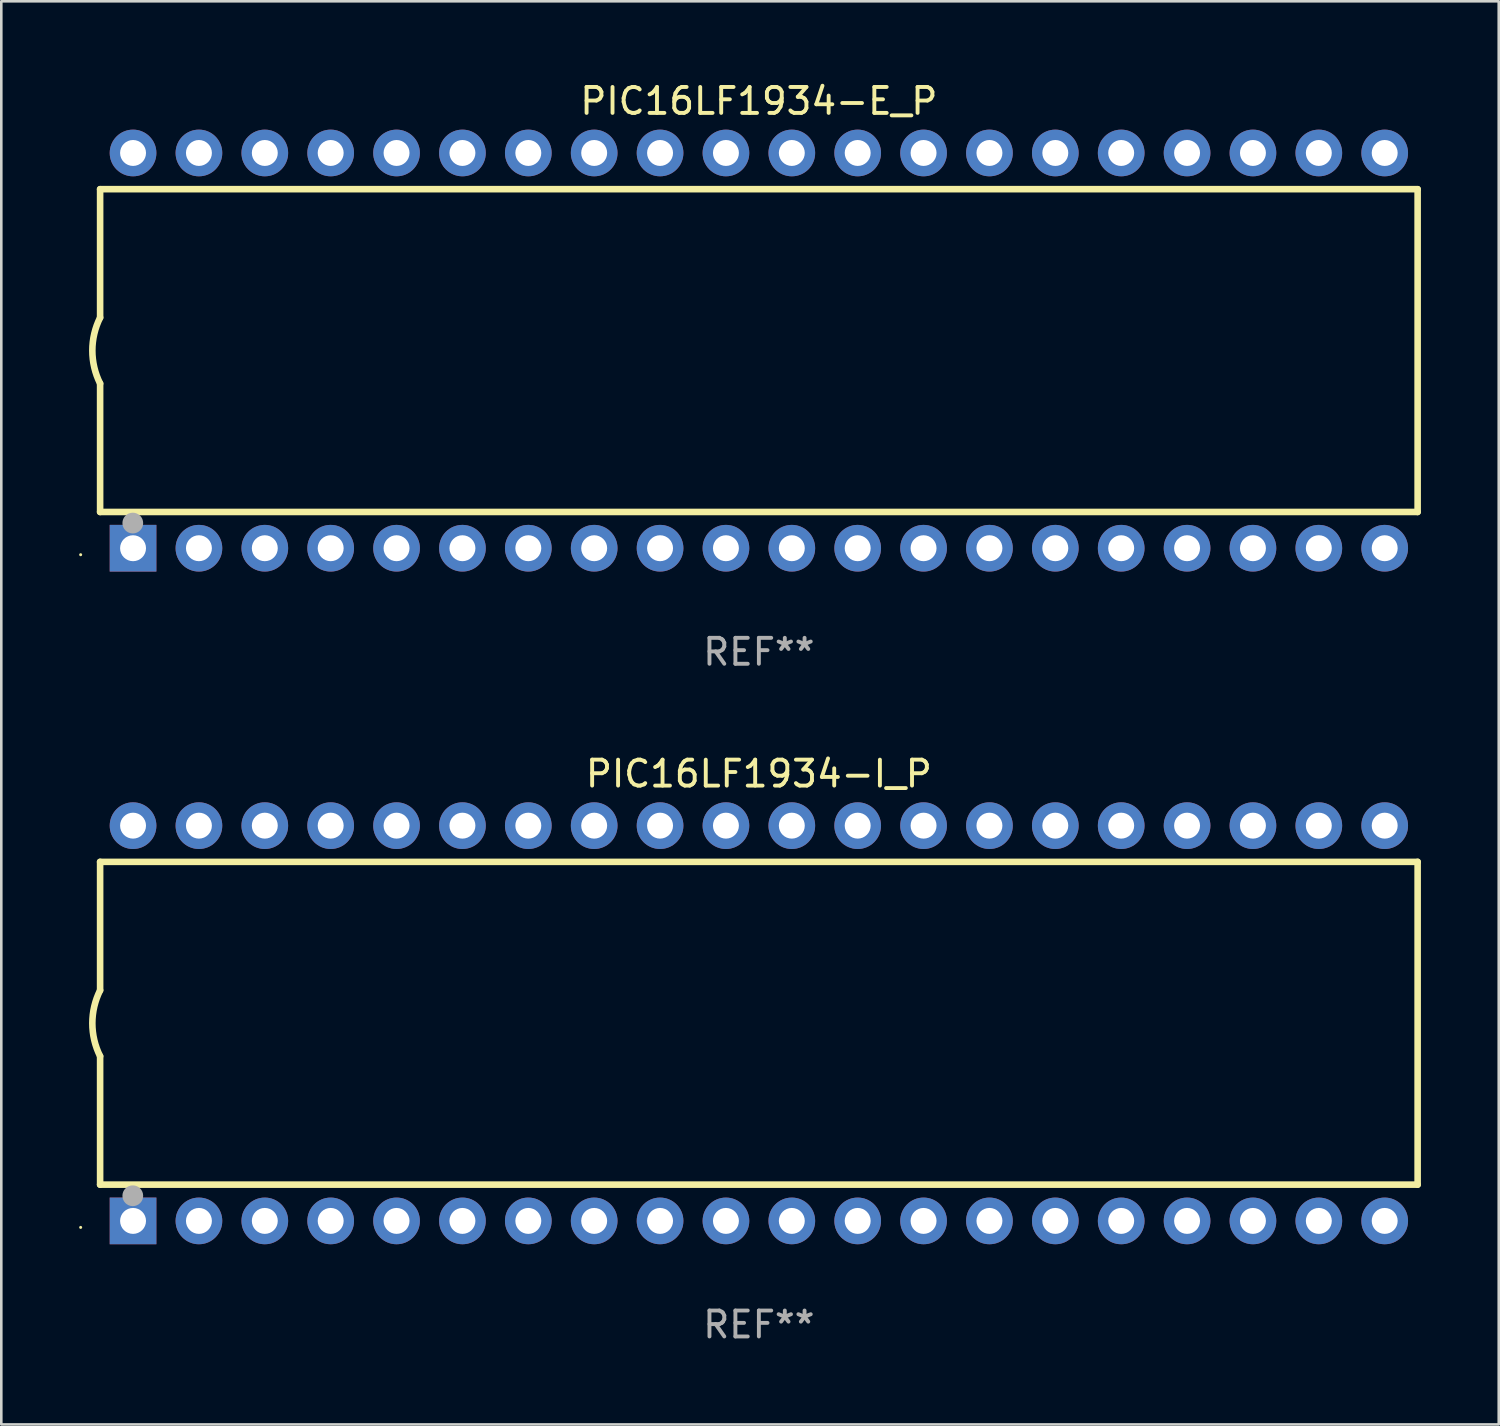
<source format=kicad_pcb>
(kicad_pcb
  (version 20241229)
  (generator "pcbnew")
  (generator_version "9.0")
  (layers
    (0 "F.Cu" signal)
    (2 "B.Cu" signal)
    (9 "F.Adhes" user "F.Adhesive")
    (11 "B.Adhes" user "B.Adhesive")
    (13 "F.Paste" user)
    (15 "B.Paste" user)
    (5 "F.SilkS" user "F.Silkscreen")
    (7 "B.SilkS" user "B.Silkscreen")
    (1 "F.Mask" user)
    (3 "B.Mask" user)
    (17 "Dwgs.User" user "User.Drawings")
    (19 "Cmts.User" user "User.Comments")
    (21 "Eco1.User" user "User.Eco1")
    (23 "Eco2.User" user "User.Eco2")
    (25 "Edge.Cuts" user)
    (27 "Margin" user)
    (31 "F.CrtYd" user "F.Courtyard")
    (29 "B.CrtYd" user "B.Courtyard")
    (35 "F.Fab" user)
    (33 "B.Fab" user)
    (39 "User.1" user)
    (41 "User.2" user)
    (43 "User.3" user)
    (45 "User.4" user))
  (footprint "PIC16LF1934-I_P"
    (layer "F.Cu")
    (at 26.21 36.405)
    (property "Reference" "PIC16LF1934-I_P" (at 0 -9.62 0) (layer "F.SilkS") (effects (font (size 1 1) (thickness 0.15))))
    (attr through_hole)
    (fp_line (start -25.4 -6.224) (end -25.4 -1.271) (stroke (width 0.254) (type solid)) (layer "F.SilkS"))
    (fp_line (start -25.4 -6.224) (end 25.4 -6.224) (stroke (width 0.254) (type solid)) (layer "F.SilkS"))
    (fp_line (start -25.4 1.269) (end -25.4 6.222) (stroke (width 0.254) (type solid)) (layer "F.SilkS"))
    (fp_line (start -25.4 6.222) (end 25.4 6.222) (stroke (width 0.254) (type solid)) (layer "F.SilkS"))
    (fp_line (start 25.4 6.222) (end 25.4 -6.224) (stroke (width 0.254) (type solid)) (layer "F.SilkS"))
    (fp_arc (start -25.4 1.269241) (mid -25.699807 -0.000762) (end -25.4 -1.270765) (stroke (width 0.254001) (type solid)) (layer "F.SilkS"))
    (fp_circle (center -26.15 7.87) (end -26.12 7.87) (stroke (width 0.06) (type solid)) (fill no) (layer "F.SilkS"))
    (fp_circle (center -24.14 6.65) (end -23.94 6.65) (stroke (width 0.4) (type solid)) (fill no) (layer "F.Fab"))
    (fp_text user "REF**" (at 0 11.62 0) (layer "F.Fab") (effects (font (size 1 1) (thickness 0.15))))
    (pad "1" thru_hole rect (at -24.13 7.62 90) (size 1.8 1.8) (drill 1) (layers "*.Cu" "*.Mask"))
    (pad "2" thru_hole circle (at -21.59 7.62) (size 1.8 1.8) (drill 1) (layers "*.Cu" "*.Mask"))
    (pad "3" thru_hole circle (at -19.05 7.62) (size 1.8 1.8) (drill 1) (layers "*.Cu" "*.Mask"))
    (pad "4" thru_hole circle (at -16.51 7.62) (size 1.8 1.8) (drill 1) (layers "*.Cu" "*.Mask"))
    (pad "5" thru_hole circle (at -13.97 7.62) (size 1.8 1.8) (drill 1) (layers "*.Cu" "*.Mask"))
    (pad "6" thru_hole circle (at -11.43 7.62) (size 1.8 1.8) (drill 1) (layers "*.Cu" "*.Mask"))
    (pad "7" thru_hole circle (at -8.89 7.62) (size 1.8 1.8) (drill 1) (layers "*.Cu" "*.Mask"))
    (pad "8" thru_hole circle (at -6.35 7.62) (size 1.8 1.8) (drill 1) (layers "*.Cu" "*.Mask"))
    (pad "9" thru_hole circle (at -3.81 7.62) (size 1.8 1.8) (drill 1) (layers "*.Cu" "*.Mask"))
    (pad "10" thru_hole circle (at -1.27 7.62) (size 1.8 1.8) (drill 1) (layers "*.Cu" "*.Mask"))
    (pad "11" thru_hole circle (at 1.27 7.62) (size 1.8 1.8) (drill 1) (layers "*.Cu" "*.Mask"))
    (pad "12" thru_hole circle (at 3.81 7.62) (size 1.8 1.8) (drill 1) (layers "*.Cu" "*.Mask"))
    (pad "13" thru_hole circle (at 6.35 7.62) (size 1.8 1.8) (drill 1) (layers "*.Cu" "*.Mask"))
    (pad "14" thru_hole circle (at 8.89 7.62) (size 1.8 1.8) (drill 1) (layers "*.Cu" "*.Mask"))
    (pad "15" thru_hole circle (at 11.43 7.62) (size 1.8 1.8) (drill 1) (layers "*.Cu" "*.Mask"))
    (pad "16" thru_hole circle (at 13.97 7.62) (size 1.8 1.8) (drill 1) (layers "*.Cu" "*.Mask"))
    (pad "17" thru_hole circle (at 16.51 7.62) (size 1.8 1.8) (drill 1) (layers "*.Cu" "*.Mask"))
    (pad "18" thru_hole circle (at 19.05 7.62) (size 1.8 1.8) (drill 1) (layers "*.Cu" "*.Mask"))
    (pad "19" thru_hole circle (at 21.59 7.62) (size 1.8 1.8) (drill 1) (layers "*.Cu" "*.Mask"))
    (pad "20" thru_hole circle (at 24.13 7.62) (size 1.8 1.8) (drill 1) (layers "*.Cu" "*.Mask"))
    (pad "21" thru_hole circle (at 24.13 -7.62) (size 1.8 1.8) (drill 1) (layers "*.Cu" "*.Mask"))
    (pad "22" thru_hole circle (at 21.59 -7.62) (size 1.8 1.8) (drill 1) (layers "*.Cu" "*.Mask"))
    (pad "23" thru_hole circle (at 19.05 -7.62) (size 1.8 1.8) (drill 1) (layers "*.Cu" "*.Mask"))
    (pad "24" thru_hole circle (at 16.51 -7.62) (size 1.8 1.8) (drill 1) (layers "*.Cu" "*.Mask"))
    (pad "25" thru_hole circle (at 13.97 -7.62) (size 1.8 1.8) (drill 1) (layers "*.Cu" "*.Mask"))
    (pad "26" thru_hole circle (at 11.43 -7.62) (size 1.8 1.8) (drill 1) (layers "*.Cu" "*.Mask"))
    (pad "27" thru_hole circle (at 8.89 -7.62) (size 1.8 1.8) (drill 1) (layers "*.Cu" "*.Mask"))
    (pad "28" thru_hole circle (at 6.35 -7.62) (size 1.8 1.8) (drill 1) (layers "*.Cu" "*.Mask"))
    (pad "29" thru_hole circle (at 3.81 -7.62) (size 1.8 1.8) (drill 1) (layers "*.Cu" "*.Mask"))
    (pad "30" thru_hole circle (at 1.27 -7.62) (size 1.8 1.8) (drill 1) (layers "*.Cu" "*.Mask"))
    (pad "31" thru_hole circle (at -1.27 -7.62) (size 1.8 1.8) (drill 1) (layers "*.Cu" "*.Mask"))
    (pad "32" thru_hole circle (at -3.81 -7.62) (size 1.8 1.8) (drill 1) (layers "*.Cu" "*.Mask"))
    (pad "33" thru_hole circle (at -6.35 -7.62) (size 1.8 1.8) (drill 1) (layers "*.Cu" "*.Mask"))
    (pad "34" thru_hole circle (at -8.89 -7.62) (size 1.8 1.8) (drill 1) (layers "*.Cu" "*.Mask"))
    (pad "35" thru_hole circle (at -11.43 -7.62) (size 1.8 1.8) (drill 1) (layers "*.Cu" "*.Mask"))
    (pad "36" thru_hole circle (at -13.97 -7.62) (size 1.8 1.8) (drill 1) (layers "*.Cu" "*.Mask"))
    (pad "37" thru_hole circle (at -16.51 -7.62) (size 1.8 1.8) (drill 1) (layers "*.Cu" "*.Mask"))
    (pad "38" thru_hole circle (at -19.05 -7.62) (size 1.8 1.8) (drill 1) (layers "*.Cu" "*.Mask"))
    (pad "39" thru_hole circle (at -21.59 -7.62) (size 1.8 1.8) (drill 1) (layers "*.Cu" "*.Mask"))
    (pad "40" thru_hole circle (at -24.13 -7.62) (size 1.8 1.8) (drill 1) (layers "*.Cu" "*.Mask")))
  (footprint "PIC16LF1934-E_P"
    (layer "F.Cu")
    (at 26.21 10.468)
    (property "Reference" "PIC16LF1934-E_P" (at 0 -9.62 0) (layer "F.SilkS") (effects (font (size 1 1) (thickness 0.15))))
    (attr through_hole)
    (fp_line (start -25.4 -6.224) (end -25.4 -1.271) (stroke (width 0.254) (type solid)) (layer "F.SilkS"))
    (fp_line (start -25.4 -6.224) (end 25.4 -6.224) (stroke (width 0.254) (type solid)) (layer "F.SilkS"))
    (fp_line (start -25.4 1.269) (end -25.4 6.222) (stroke (width 0.254) (type solid)) (layer "F.SilkS"))
    (fp_line (start -25.4 6.222) (end 25.4 6.222) (stroke (width 0.254) (type solid)) (layer "F.SilkS"))
    (fp_line (start 25.4 6.222) (end 25.4 -6.224) (stroke (width 0.254) (type solid)) (layer "F.SilkS"))
    (fp_arc (start -25.4 1.269241) (mid -25.699807 -0.000762) (end -25.4 -1.270765) (stroke (width 0.254001) (type solid)) (layer "F.SilkS"))
    (fp_circle (center -26.15 7.87) (end -26.12 7.87) (stroke (width 0.06) (type solid)) (fill no) (layer "F.SilkS"))
    (fp_circle (center -24.14 6.65) (end -23.94 6.65) (stroke (width 0.4) (type solid)) (fill no) (layer "F.Fab"))
    (fp_text user "REF**" (at 0 11.62 0) (layer "F.Fab") (effects (font (size 1 1) (thickness 0.15))))
    (pad "1" thru_hole rect (at -24.13 7.62 90) (size 1.8 1.8) (drill 1) (layers "*.Cu" "*.Mask"))
    (pad "2" thru_hole circle (at -21.59 7.62) (size 1.8 1.8) (drill 1) (layers "*.Cu" "*.Mask"))
    (pad "3" thru_hole circle (at -19.05 7.62) (size 1.8 1.8) (drill 1) (layers "*.Cu" "*.Mask"))
    (pad "4" thru_hole circle (at -16.51 7.62) (size 1.8 1.8) (drill 1) (layers "*.Cu" "*.Mask"))
    (pad "5" thru_hole circle (at -13.97 7.62) (size 1.8 1.8) (drill 1) (layers "*.Cu" "*.Mask"))
    (pad "6" thru_hole circle (at -11.43 7.62) (size 1.8 1.8) (drill 1) (layers "*.Cu" "*.Mask"))
    (pad "7" thru_hole circle (at -8.89 7.62) (size 1.8 1.8) (drill 1) (layers "*.Cu" "*.Mask"))
    (pad "8" thru_hole circle (at -6.35 7.62) (size 1.8 1.8) (drill 1) (layers "*.Cu" "*.Mask"))
    (pad "9" thru_hole circle (at -3.81 7.62) (size 1.8 1.8) (drill 1) (layers "*.Cu" "*.Mask"))
    (pad "10" thru_hole circle (at -1.27 7.62) (size 1.8 1.8) (drill 1) (layers "*.Cu" "*.Mask"))
    (pad "11" thru_hole circle (at 1.27 7.62) (size 1.8 1.8) (drill 1) (layers "*.Cu" "*.Mask"))
    (pad "12" thru_hole circle (at 3.81 7.62) (size 1.8 1.8) (drill 1) (layers "*.Cu" "*.Mask"))
    (pad "13" thru_hole circle (at 6.35 7.62) (size 1.8 1.8) (drill 1) (layers "*.Cu" "*.Mask"))
    (pad "14" thru_hole circle (at 8.89 7.62) (size 1.8 1.8) (drill 1) (layers "*.Cu" "*.Mask"))
    (pad "15" thru_hole circle (at 11.43 7.62) (size 1.8 1.8) (drill 1) (layers "*.Cu" "*.Mask"))
    (pad "16" thru_hole circle (at 13.97 7.62) (size 1.8 1.8) (drill 1) (layers "*.Cu" "*.Mask"))
    (pad "17" thru_hole circle (at 16.51 7.62) (size 1.8 1.8) (drill 1) (layers "*.Cu" "*.Mask"))
    (pad "18" thru_hole circle (at 19.05 7.62) (size 1.8 1.8) (drill 1) (layers "*.Cu" "*.Mask"))
    (pad "19" thru_hole circle (at 21.59 7.62) (size 1.8 1.8) (drill 1) (layers "*.Cu" "*.Mask"))
    (pad "20" thru_hole circle (at 24.13 7.62) (size 1.8 1.8) (drill 1) (layers "*.Cu" "*.Mask"))
    (pad "21" thru_hole circle (at 24.13 -7.62) (size 1.8 1.8) (drill 1) (layers "*.Cu" "*.Mask"))
    (pad "22" thru_hole circle (at 21.59 -7.62) (size 1.8 1.8) (drill 1) (layers "*.Cu" "*.Mask"))
    (pad "23" thru_hole circle (at 19.05 -7.62) (size 1.8 1.8) (drill 1) (layers "*.Cu" "*.Mask"))
    (pad "24" thru_hole circle (at 16.51 -7.62) (size 1.8 1.8) (drill 1) (layers "*.Cu" "*.Mask"))
    (pad "25" thru_hole circle (at 13.97 -7.62) (size 1.8 1.8) (drill 1) (layers "*.Cu" "*.Mask"))
    (pad "26" thru_hole circle (at 11.43 -7.62) (size 1.8 1.8) (drill 1) (layers "*.Cu" "*.Mask"))
    (pad "27" thru_hole circle (at 8.89 -7.62) (size 1.8 1.8) (drill 1) (layers "*.Cu" "*.Mask"))
    (pad "28" thru_hole circle (at 6.35 -7.62) (size 1.8 1.8) (drill 1) (layers "*.Cu" "*.Mask"))
    (pad "29" thru_hole circle (at 3.81 -7.62) (size 1.8 1.8) (drill 1) (layers "*.Cu" "*.Mask"))
    (pad "30" thru_hole circle (at 1.27 -7.62) (size 1.8 1.8) (drill 1) (layers "*.Cu" "*.Mask"))
    (pad "31" thru_hole circle (at -1.27 -7.62) (size 1.8 1.8) (drill 1) (layers "*.Cu" "*.Mask"))
    (pad "32" thru_hole circle (at -3.81 -7.62) (size 1.8 1.8) (drill 1) (layers "*.Cu" "*.Mask"))
    (pad "33" thru_hole circle (at -6.35 -7.62) (size 1.8 1.8) (drill 1) (layers "*.Cu" "*.Mask"))
    (pad "34" thru_hole circle (at -8.89 -7.62) (size 1.8 1.8) (drill 1) (layers "*.Cu" "*.Mask"))
    (pad "35" thru_hole circle (at -11.43 -7.62) (size 1.8 1.8) (drill 1) (layers "*.Cu" "*.Mask"))
    (pad "36" thru_hole circle (at -13.97 -7.62) (size 1.8 1.8) (drill 1) (layers "*.Cu" "*.Mask"))
    (pad "37" thru_hole circle (at -16.51 -7.62) (size 1.8 1.8) (drill 1) (layers "*.Cu" "*.Mask"))
    (pad "38" thru_hole circle (at -19.05 -7.62) (size 1.8 1.8) (drill 1) (layers "*.Cu" "*.Mask"))
    (pad "39" thru_hole circle (at -21.59 -7.62) (size 1.8 1.8) (drill 1) (layers "*.Cu" "*.Mask"))
    (pad "40" thru_hole circle (at -24.13 -7.62) (size 1.8 1.8) (drill 1) (layers "*.Cu" "*.Mask")))
  (gr_rect
    (start -3 -3)
    (end 54.737 51.873)
    (stroke (width 0.1) (type default))
    (fill no)
    (layer "Edge.Cuts")))
</source>
